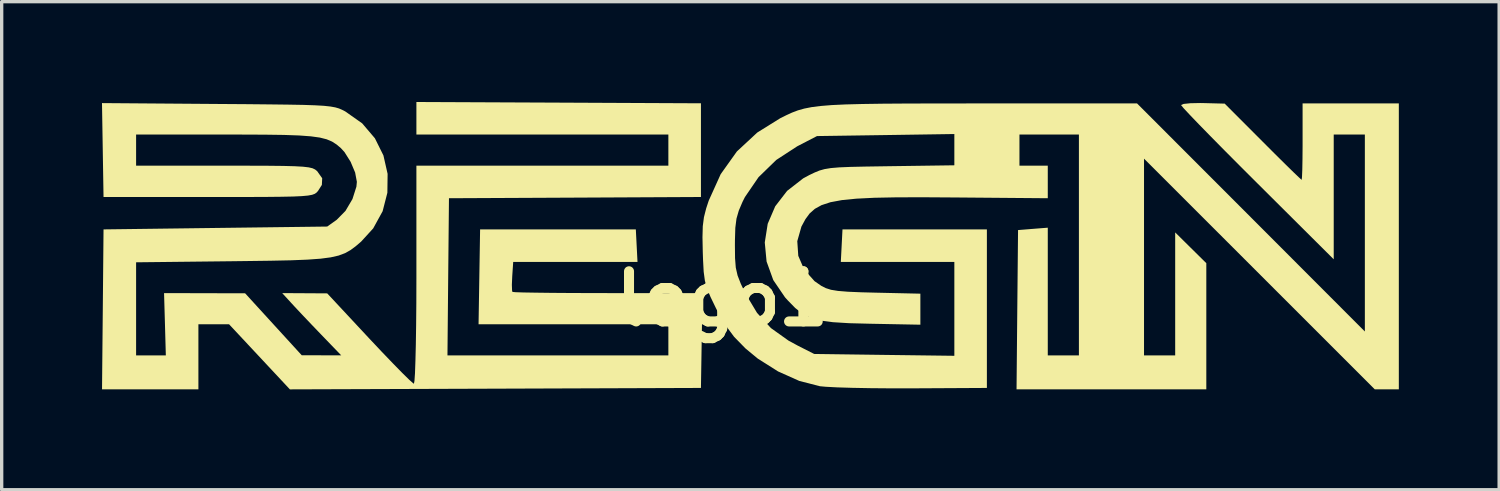
<source format=kicad_pcb>
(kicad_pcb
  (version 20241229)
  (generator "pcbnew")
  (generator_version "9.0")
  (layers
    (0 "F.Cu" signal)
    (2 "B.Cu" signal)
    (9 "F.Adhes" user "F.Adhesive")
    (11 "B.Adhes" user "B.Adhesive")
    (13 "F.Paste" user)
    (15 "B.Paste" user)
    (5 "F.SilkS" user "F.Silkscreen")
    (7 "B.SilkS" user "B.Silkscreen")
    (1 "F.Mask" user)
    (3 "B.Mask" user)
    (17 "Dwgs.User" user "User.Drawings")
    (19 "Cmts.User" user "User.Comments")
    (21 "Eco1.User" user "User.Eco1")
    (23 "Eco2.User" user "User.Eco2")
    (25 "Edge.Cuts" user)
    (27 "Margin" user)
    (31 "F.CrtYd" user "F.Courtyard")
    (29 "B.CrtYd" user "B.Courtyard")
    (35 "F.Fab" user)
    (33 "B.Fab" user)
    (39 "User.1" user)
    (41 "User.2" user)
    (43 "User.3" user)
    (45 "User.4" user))
  (footprint "logo1"
    (layer "F.Cu")
    (at 18.546 5.884)
    (property "Reference" "logo1" (at 0 0 0) (layer "F.SilkS") (effects (font (size 1.5 1.5) (thickness 0.3))))
    (attr board_only exclude_from_pos_files exclude_from_bom)
    (fp_poly (pts (xy -4.89 -5.865) (xy -0.635 -5.845) (xy -0.635 -4.444) (xy -0.635 -3.043) (xy -4.403 -3.024) (xy -8.17 -3.006) (xy -8.193 -0.656) (xy -8.215 1.693) (xy -4.912 1.693) (xy -1.609 1.693) (xy -1.609 1.228) (xy -1.609 0.762) (xy -4.447 0.762) (xy -7.285 0.762) (xy -7.262 -0.656) (xy -7.239 -2.074) (xy -4.911 -2.074) (xy -2.582 -2.074) (xy -2.557 -1.587) (xy -2.532 -1.101) (xy -4.39 -1.101) (xy -6.249 -1.101) (xy -6.278 -0.67) (xy -6.289 -0.418) (xy -6.283 -0.246) (xy -6.272 -0.205) (xy -6.182 -0.196) (xy -5.943 -0.188) (xy -5.574 -0.182) (xy -5.096 -0.176) (xy -4.528 -0.172) (xy -3.891 -0.17) (xy -3.413 -0.169) (xy -0.589 -0.169) (xy -0.612 1.249) (xy -0.635 2.667) (xy -6.781 2.689) (xy -12.927 2.71) (xy -13.837 1.736) (xy -14.747 0.762) (xy -15.205 0.762) (xy -15.663 0.762) (xy -15.663 1.736) (xy -15.663 2.709) (xy -17.104 2.709) (xy -18.545 2.709) (xy -18.522 0.318) (xy -18.5 -2.074) (xy -15.155 -2.117) (xy -11.811 -2.159) (xy -11.526 -2.362) (xy -11.265 -2.627) (xy -11.056 -2.981) (xy -10.938 -3.351) (xy -10.924 -3.496) (xy -10.976 -3.775) (xy -11.112 -4.097) (xy -11.295 -4.387) (xy -11.403 -4.505) (xy -11.531 -4.613) (xy -11.666 -4.7) (xy -11.826 -4.768) (xy -12.031 -4.82) (xy -12.299 -4.857) (xy -12.65 -4.883) (xy -13.102 -4.899) (xy -13.675 -4.907) (xy -14.388 -4.91) (xy -14.856 -4.911) (xy -17.526 -4.911) (xy -17.526 -4.445) (xy -17.526 -3.979) (xy -14.901 -3.979) (xy -14.164 -3.979) (xy -13.578 -3.977) (xy -13.123 -3.972) (xy -12.782 -3.963) (xy -12.535 -3.949) (xy -12.364 -3.929) (xy -12.25 -3.902) (xy -12.174 -3.866) (xy -12.118 -3.821) (xy -12.107 -3.81) (xy -11.961 -3.603) (xy -11.971 -3.404) (xy -12.086 -3.224) (xy -12.128 -3.177) (xy -12.181 -3.139) (xy -12.261 -3.109) (xy -12.386 -3.086) (xy -12.571 -3.069) (xy -12.835 -3.057) (xy -13.194 -3.05) (xy -13.665 -3.045) (xy -14.264 -3.043) (xy -15.008 -3.043) (xy -15.367 -3.043) (xy -18.5 -3.043) (xy -18.523 -4.447) (xy -18.546 -5.851) (xy -15.094 -5.825) (xy -14.239 -5.819) (xy -13.537 -5.812) (xy -12.969 -5.805) (xy -12.521 -5.797) (xy -12.174 -5.785) (xy -11.911 -5.77) (xy -11.716 -5.749) (xy -11.571 -5.723) (xy -11.46 -5.691) (xy -11.365 -5.65) (xy -11.27 -5.601) (xy -11.27 -5.601) (xy -10.766 -5.246) (xy -10.385 -4.799) (xy -10.13 -4.286) (xy -10.005 -3.735) (xy -10.012 -3.17) (xy -10.154 -2.617) (xy -10.436 -2.104) (xy -10.793 -1.713) (xy -10.958 -1.571) (xy -11.113 -1.456) (xy -11.277 -1.364) (xy -11.469 -1.292) (xy -11.707 -1.238) (xy -12.011 -1.198) (xy -12.399 -1.17) (xy -12.892 -1.15) (xy -13.506 -1.137) (xy -14.262 -1.127) (xy -14.668 -1.122) (xy -17.526 -1.09) (xy -17.526 0.301) (xy -17.526 1.693) (xy -17.081 1.694) (xy -16.637 1.694) (xy -16.663 0.762) (xy -16.69 -0.169) (xy -15.478 -0.166) (xy -14.266 -0.163) (xy -13.42 0.763) (xy -12.573 1.69) (xy -11.982 1.691) (xy -11.392 1.693) (xy -11.984 1.079) (xy -12.275 0.776) (xy -12.558 0.478) (xy -12.788 0.233) (xy -12.866 0.148) (xy -13.157 -0.169) (xy -12.484 -0.165) (xy -11.811 -0.161) (xy -10.552 1.19) (xy -10.18 1.585) (xy -9.845 1.934) (xy -9.565 2.22) (xy -9.356 2.425) (xy -9.237 2.53) (xy -9.218 2.54) (xy -9.202 2.458) (xy -9.186 2.225) (xy -9.173 1.857) (xy -9.161 1.373) (xy -9.152 0.79) (xy -9.146 0.125) (xy -9.144 -0.604) (xy -9.144 -0.72) (xy -9.144 -3.979) (xy -5.376 -3.979) (xy -1.609 -3.979) (xy -1.609 -4.445) (xy -1.609 -4.911) (xy -5.376 -4.911) (xy -9.144 -4.911) (xy -9.144 -5.397) (xy -9.144 -5.884)) (stroke (width 0) (type solid)) (fill yes) (layer "F.SilkS"))
    (fp_poly (pts (xy 14.373 -5.852) (xy 15.028 -5.835) (xy 16.165 -4.696) (xy 16.521 -4.34) (xy 16.834 -4.03) (xy 17.085 -3.784) (xy 17.257 -3.62) (xy 17.328 -3.556) (xy 17.329 -3.556) (xy 17.339 -3.636) (xy 17.348 -3.854) (xy 17.354 -4.179) (xy 17.357 -4.582) (xy 17.357 -4.699) (xy 17.357 -5.842) (xy 18.796 -5.842) (xy 20.235 -5.842) (xy 20.235 -1.566) (xy 20.235 2.709) (xy 19.876 2.709) (xy 19.516 2.709) (xy 16.066 -0.74) (xy 12.615 -4.19) (xy 12.615 -1.248) (xy 12.615 1.693) (xy 13.081 1.693) (xy 13.547 1.693) (xy 13.547 -0.145) (xy 13.547 -1.984) (xy 14.012 -1.524) (xy 14.478 -1.064) (xy 14.478 0.823) (xy 14.478 2.709) (xy 11.64 2.709) (xy 8.803 2.709) (xy 8.825 0.328) (xy 8.848 -2.054) (xy 9.292 -2.09) (xy 9.737 -2.125) (xy 9.737 -0.216) (xy 9.737 1.693) (xy 10.202 1.693) (xy 10.668 1.693) (xy 10.668 -1.609) (xy 10.668 -4.911) (xy 9.779 -4.911) (xy 8.89 -4.911) (xy 8.89 -4.445) (xy 8.89 -3.979) (xy 9.313 -3.979) (xy 9.737 -3.979) (xy 9.737 -3.493) (xy 9.737 -3.006) (xy 6.97 -3.029) (xy 6.015 -3.035) (xy 5.214 -3.033) (xy 4.551 -3.02) (xy 4.011 -2.993) (xy 3.579 -2.95) (xy 3.239 -2.887) (xy 2.975 -2.801) (xy 2.773 -2.69) (xy 2.616 -2.551) (xy 2.49 -2.38) (xy 2.379 -2.175) (xy 2.37 -2.159) (xy 2.246 -1.722) (xy 2.276 -1.283) (xy 2.452 -0.874) (xy 2.761 -0.527) (xy 2.964 -0.386) (xy 3.098 -0.318) (xy 3.255 -0.268) (xy 3.466 -0.234) (xy 3.76 -0.21) (xy 4.169 -0.193) (xy 4.593 -0.182) (xy 5.927 -0.152) (xy 5.927 0.312) (xy 5.927 0.776) (xy 4.424 0.747) (xy 3.798 0.731) (xy 3.312 0.701) (xy 2.937 0.651) (xy 2.643 0.569) (xy 2.403 0.448) (xy 2.185 0.277) (xy 1.962 0.049) (xy 1.879 -0.043) (xy 1.528 -0.559) (xy 1.328 -1.114) (xy 1.274 -1.683) (xy 1.362 -2.242) (xy 1.586 -2.764) (xy 1.942 -3.226) (xy 2.424 -3.601) (xy 2.606 -3.699) (xy 2.765 -3.775) (xy 2.909 -3.834) (xy 3.062 -3.877) (xy 3.251 -3.908) (xy 3.501 -3.929) (xy 3.838 -3.943) (xy 4.287 -3.953) (xy 4.875 -3.962) (xy 5.016 -3.964) (xy 6.943 -3.991) (xy 6.943 -4.458) (xy 6.943 -4.926) (xy 4.889 -4.895) (xy 2.836 -4.865) (xy 2.243 -4.558) (xy 1.618 -4.151) (xy 1.087 -3.635) (xy 0.681 -3.042) (xy 0.608 -2.897) (xy 0.497 -2.636) (xy 0.428 -2.397) (xy 0.393 -2.122) (xy 0.382 -1.753) (xy 0.381 -1.604) (xy 0.385 -1.213) (xy 0.407 -0.931) (xy 0.461 -0.695) (xy 0.558 -0.446) (xy 0.7 -0.149) (xy 1.042 0.421) (xy 1.457 0.876) (xy 1.984 1.252) (xy 2.257 1.4) (xy 2.752 1.651) (xy 4.847 1.679) (xy 6.943 1.706) (xy 6.943 0.303) (xy 6.943 -1.101) (xy 5.245 -1.101) (xy 3.548 -1.101) (xy 3.573 -1.587) (xy 3.598 -2.074) (xy 5.757 -2.074) (xy 7.916 -2.074) (xy 7.916 0.296) (xy 7.916 2.667) (xy 5.673 2.679) (xy 5.042 2.679) (xy 4.44 2.674) (xy 3.896 2.664) (xy 3.439 2.65) (xy 3.098 2.632) (xy 2.924 2.616) (xy 2.308 2.458) (xy 1.671 2.173) (xy 1.065 1.79) (xy 0.696 1.485) (xy 0.356 1.137) (xy 0.084 0.77) (xy -0.17 0.314) (xy -0.191 0.272) (xy -0.349 -0.055) (xy -0.454 -0.307) (xy -0.517 -0.541) (xy -0.553 -0.808) (xy -0.572 -1.163) (xy -0.58 -1.395) (xy -0.589 -1.84) (xy -0.58 -2.17) (xy -0.545 -2.439) (xy -0.479 -2.7) (xy -0.402 -2.934) (xy -0.044 -3.726) (xy 0.44 -4.405) (xy 1.05 -4.971) (xy 1.736 -5.398) (xy 1.919 -5.489) (xy 2.089 -5.567) (xy 2.263 -5.633) (xy 2.454 -5.687) (xy 2.678 -5.731) (xy 2.949 -5.765) (xy 3.281 -5.792) (xy 3.691 -5.811) (xy 4.191 -5.824) (xy 4.798 -5.833) (xy 5.526 -5.838) (xy 6.39 -5.84) (xy 7.404 -5.841) (xy 7.706 -5.841) (xy 12.406 -5.842) (xy 15.813 -2.432) (xy 19.219 0.979) (xy 19.219 -1.966) (xy 19.219 -4.911) (xy 18.754 -4.911) (xy 18.288 -4.911) (xy 18.288 -3.045) (xy 18.288 -1.18) (xy 16.009 -3.448) (xy 15.498 -3.958) (xy 15.026 -4.432) (xy 14.608 -4.856) (xy 14.255 -5.217) (xy 13.982 -5.502) (xy 13.8 -5.697) (xy 13.725 -5.788) (xy 13.723 -5.792) (xy 13.798 -5.826) (xy 14.001 -5.847) (xy 14.294 -5.853)) (stroke (width 0) (type solid)) (fill yes) (layer "F.SilkS")))
  (gr_rect
    (start -3 -3)
    (end 41.781 11.595)
    (stroke (width 0.1) (type default))
    (fill no)
    (layer "Edge.Cuts")))
</source>
